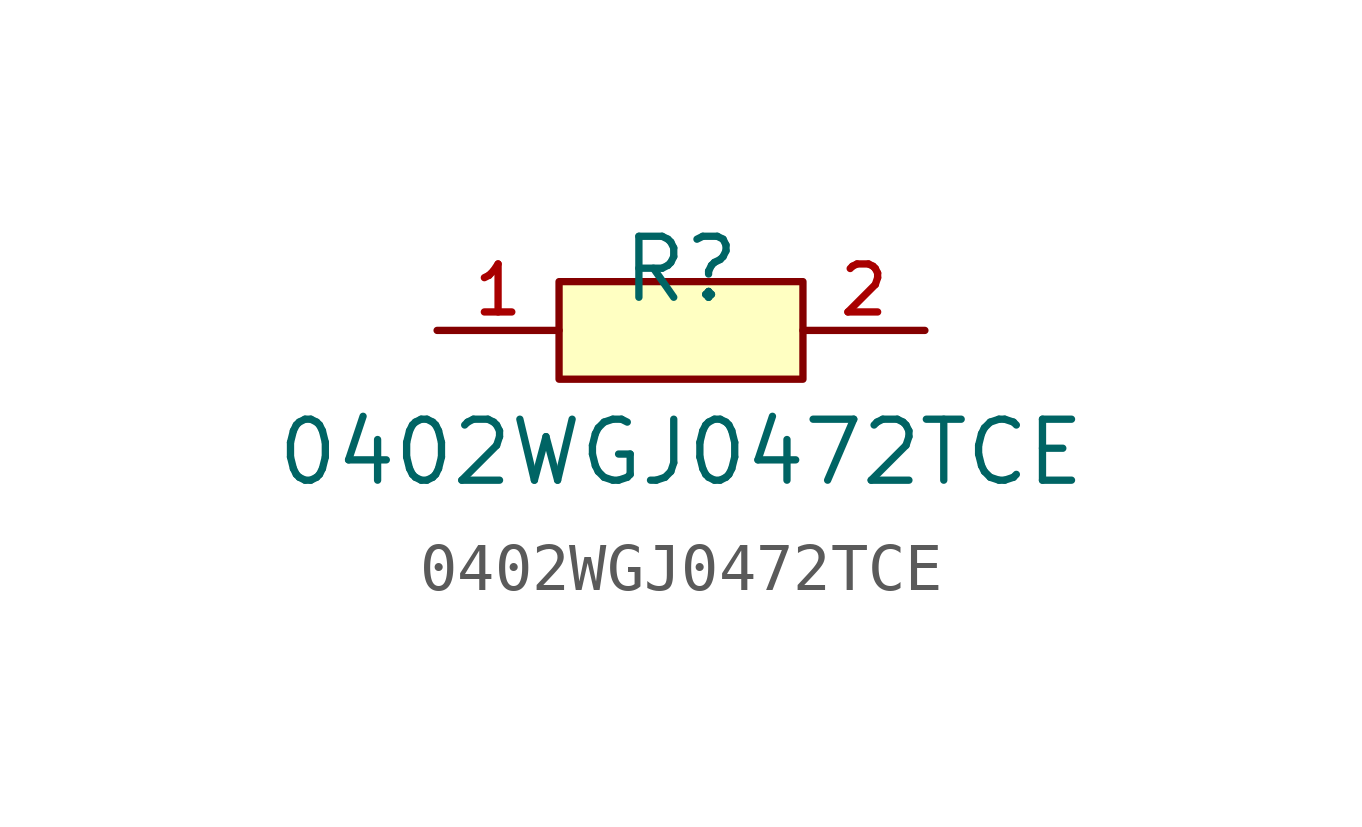
<source format=kicad_sym>
(kicad_symbol_lib
  (version 20210201)
  (generator TousstNicolas/JLC2KiCad_lib)
  (symbol "0402WGJ0472TCE"
    (pin_names hide)
    (property "Reference" "R"
      (at 0 1.27 0)
      (effects (font (size 1.27 1.27))))
    (property "Value" "0402WGJ0472TCE"
      (at 0 -2.54 0)
      (effects (font (size 1.27 1.27))))
    (symbol "0402WGJ0472TCE_0_1"
      (pin input line (at 5.08 -0.0 180) (length 2.54) (name "2" (effects (font (size 1 1)))) (number "2" (effects (font (size 1 1)))))
      (pin input line (at -5.08 -0.0 0) (length 2.54) (name "1" (effects (font (size 1 1)))) (number "1" (effects (font (size 1 1)))))
      (rectangle (start -2.54 1.016) (end 2.54 -1.016) (stroke (width 0) (type default) (color 0 0 0 0)) (fill (type background))))))
</source>
